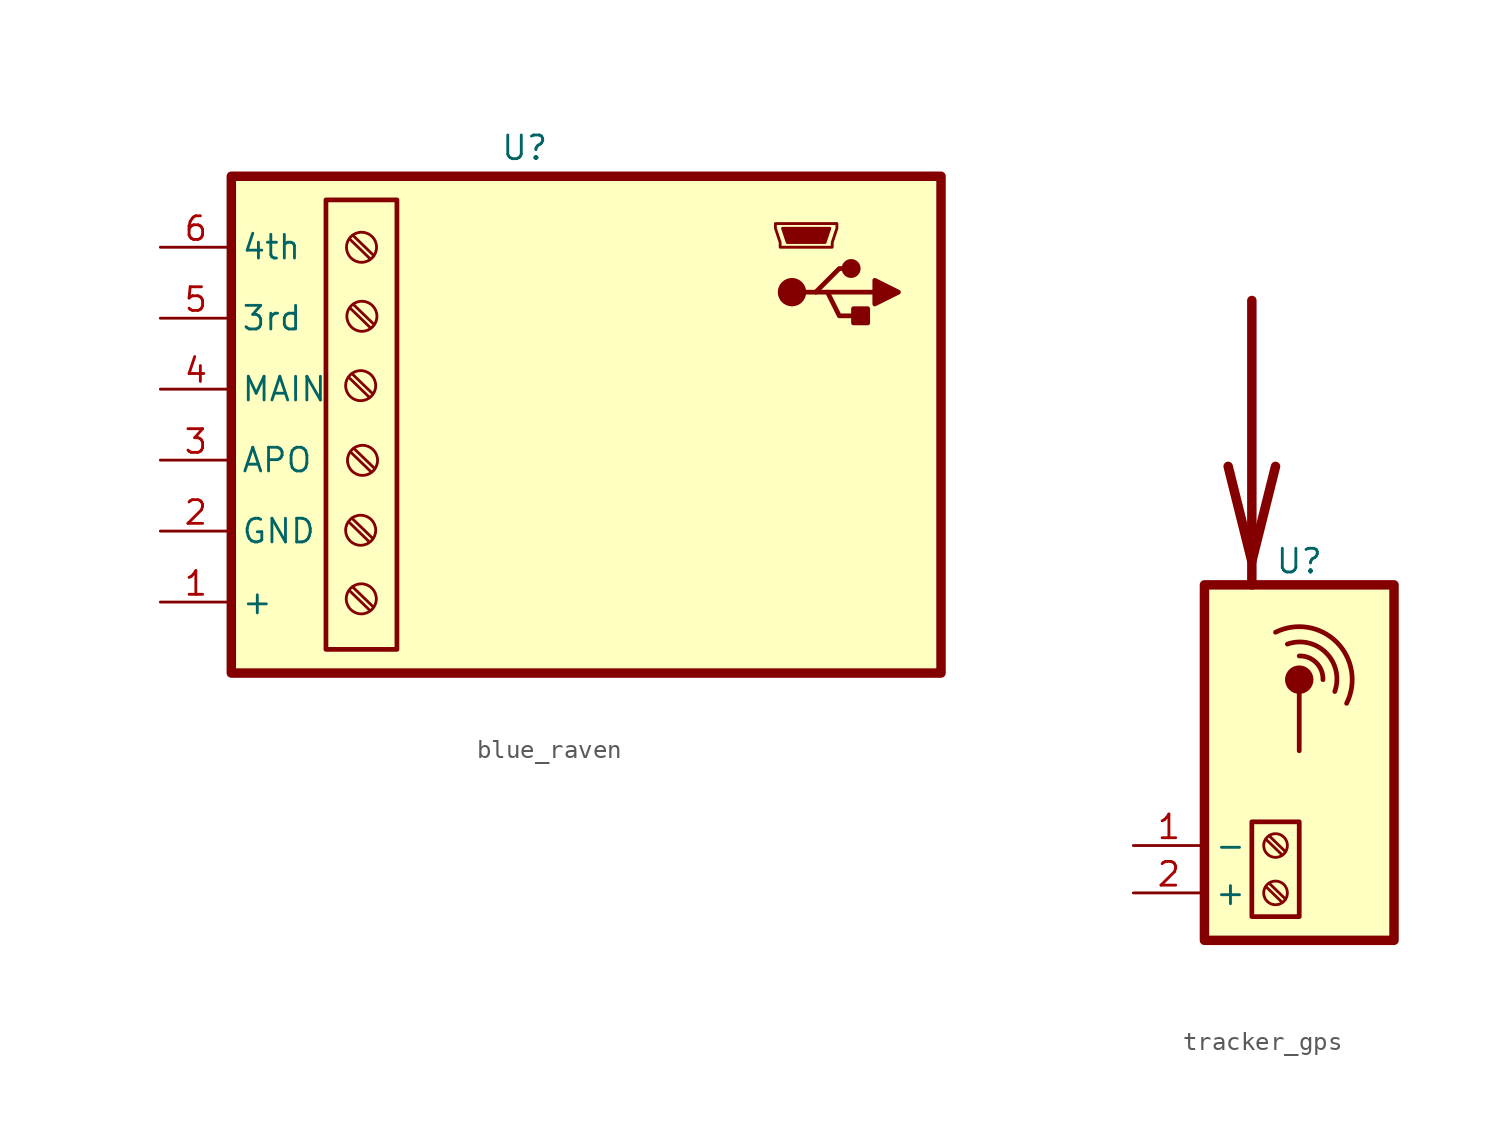
<source format=kicad_sym>
(kicad_symbol_lib
  (version 20231120)
  (generator "kicad_symbol_editor")
  (generator_version "8.0")
  (symbol "blue_raven"
    (property "Reference" "U"
      (at -2.032 15.494 0)
      (effects (font (size 1.27 1.27))))
    (property "Value" ""
      (at -21.604 -1.781 90)
      (effects (font (size 1.27 1.27))))
    (symbol "blue_raven_0_1"
      (polyline (pts (xy 14.224 7.747) (xy 16.764 7.747)) (stroke (width 0.254) (type default)) (fill (type none)))
      (polyline (pts (xy 12.954 7.747) (xy 13.589 7.747) (xy 14.859 9.017) (xy 15.494 9.017)) (stroke (width 0.254) (type default)) (fill (type none)))
      (polyline (pts (xy 13.589 7.747) (xy 14.224 7.747) (xy 14.859 6.477) (xy 16.129 6.477)) (stroke (width 0.254) (type default)) (fill (type none)))
      (polyline (pts (xy 16.764 8.382) (xy 16.764 7.112) (xy 18.034 7.747) (xy 16.764 8.382)) (stroke (width 0.254) (type default)) (fill (type outline)))
      (polyline (pts (xy 11.811 11.176) (xy 14.351 11.176) (xy 14.097 10.414) (xy 12.065 10.414) (xy 11.811 11.176)) (stroke (width 0) (type default)) (fill (type outline)))
      (polyline (pts (xy 11.43 11.43) (xy 11.43 11.176) (xy 11.684 10.414) (xy 11.684 10.16) (xy 14.478 10.16) (xy 14.478 10.414) (xy 14.732 11.176) (xy 14.732 11.43) (xy 11.43 11.43)) (stroke (width 0) (type default)) (fill (type none)))
      (circle (center 12.319 7.747) (radius 0.635) (stroke (width 0.254) (type default)) (fill (type outline)))
      (circle (center 15.494 9.017) (radius 0.381) (stroke (width 0.254) (type default)) (fill (type outline)))
      (rectangle (start 16.383 6.858) (end 15.621 6.096) (stroke (width 0.254) (type default)) (fill (type outline))))
    (symbol "blue_raven_1_1"
      (rectangle (start -17.78 13.97) (end 20.32 -12.7) (stroke (width 0.508) (type default)) (fill (type background)))
      (rectangle (start -12.7 12.7) (end -8.89 -11.43) (stroke (width 0.254) (type default)) (fill (type background)))
      (circle (center -10.836 -5.035) (radius 0.807) (stroke (width 0.152) (type default)) (fill (type none)))
      (circle (center -10.836 2.728) (radius 0.807) (stroke (width 0.152) (type default)) (fill (type none)))
      (circle (center -10.803 -8.717) (radius 0.807) (stroke (width 0.152) (type default)) (fill (type none)))
      (circle (center -10.79 10.157) (radius 0.807) (stroke (width 0.152) (type default)) (fill (type none)))
      (circle (center -10.77 6.452) (radius 0.807) (stroke (width 0.152) (type default)) (fill (type none)))
      (circle (center -10.736 -1.282) (radius 0.807) (stroke (width 0.152) (type default)) (fill (type none)))
      (polyline (pts (xy -10.37 -5.66) (xy -11.465 -4.599)) (stroke (width 0.152) (type default)) (fill (type none)))
      (polyline (pts (xy -10.37 2.103) (xy -11.465 3.163)) (stroke (width 0.152) (type default)) (fill (type none)))
      (polyline (pts (xy -10.337 -9.342) (xy -11.432 -8.282)) (stroke (width 0.152) (type default)) (fill (type none)))
      (polyline (pts (xy -10.324 9.532) (xy -11.419 10.592)) (stroke (width 0.152) (type default)) (fill (type none)))
      (polyline (pts (xy -10.304 5.828) (xy -11.399 6.888)) (stroke (width 0.152) (type default)) (fill (type none)))
      (polyline (pts (xy -10.27 -1.907) (xy -11.365 -0.847)) (stroke (width 0.152) (type default)) (fill (type none)))
      (polyline (pts (xy -10.21 -5.45) (xy -11.305 -4.39)) (stroke (width 0.152) (type default)) (fill (type none)))
      (polyline (pts (xy -10.21 2.313) (xy -11.305 3.373)) (stroke (width 0.152) (type default)) (fill (type none)))
      (polyline (pts (xy -10.177 -9.132) (xy -11.272 -8.072)) (stroke (width 0.152) (type default)) (fill (type none)))
      (polyline (pts (xy -10.163 9.742) (xy -11.258 10.802)) (stroke (width 0.152) (type default)) (fill (type none)))
      (polyline (pts (xy -10.144 6.037) (xy -11.239 7.098)) (stroke (width 0.152) (type default)) (fill (type none)))
      (polyline (pts (xy -10.11 -1.697) (xy -11.205 -0.637)) (stroke (width 0.152) (type default)) (fill (type none)))
      (pin power_in line (at -21.59 -8.89 0) (length 3.81) (name "+" (effects (font (size 1.27 1.27)))) (number "1" (effects (font (size 1.27 1.27)))))
      (pin power_in line (at -21.59 -5.08 0) (length 3.81) (name "GND" (effects (font (size 1.27 1.27)))) (number "2" (effects (font (size 1.27 1.27)))))
      (pin power_in line (at -21.59 -1.27 0) (length 3.81) (name "APO" (effects (font (size 1.27 1.27)))) (number "3" (effects (font (size 1.27 1.27)))))
      (pin power_in line (at -21.59 2.54 0) (length 3.81) (name "MAIN" (effects (font (size 1.27 1.27)))) (number "4" (effects (font (size 1.27 1.27)))))
      (pin power_in line (at -21.59 6.35 0) (length 3.81) (name "3rd" (effects (font (size 1.27 1.27)))) (number "5" (effects (font (size 1.27 1.27)))))
      (pin power_in line (at -21.59 10.16 0) (length 3.81) (name "4th" (effects (font (size 1.27 1.27)))) (number "6" (effects (font (size 1.27 1.27)))))))
  (symbol "tracker_gps"
    (property "Reference" "U"
      (at 0 13.97 0)
      (effects (font (size 1.27 1.27))))
    (property "Value" ""
      (at 0 35.56 0)
      (effects (font (size 1.27 1.27))))
    (symbol "tracker_gps_0_1"
      (polyline (pts (xy 0.0001 6.985) (xy 0.0001 3.81)) (stroke (width 0.254) (type default)) (fill (type none)))
      (circle (center 0.0001 7.62) (radius 0.635) (stroke (width 0.254) (type default)) (fill (type outline)))
      (arc (start 1.2701 7.6201) (mid 0.9109 8.5309) (end 0.0001 8.8901) (stroke (width 0.254) (type default)) (fill (type none)))
      (arc (start 1.9051 6.9851) (mid 1.4386 9.0586) (end -0.6349 9.5251) (stroke (width 0.254) (type default)) (fill (type none)))
      (arc (start 2.5401 6.3501) (mid 2.0081 9.6281) (end -1.2699 10.1601) (stroke (width 0.254) (type default)) (fill (type none))))
    (symbol "tracker_gps_1_1"
      (rectangle (start -5.08 12.7) (end 5.08 -6.35) (stroke (width 0.508) (type default)) (fill (type background)))
      (circle (center -1.27 -3.81) (radius 0.635) (stroke (width 0.152) (type default)) (fill (type none)))
      (circle (center -1.27 -1.27) (radius 0.635) (stroke (width 0.152) (type default)) (fill (type none)))
      (rectangle (start 0 -5.08) (end -2.54 0) (stroke (width 0.254) (type default)) (fill (type background)))
      (polyline (pts (xy -2.54 27.94) (xy -2.54 12.7)) (stroke (width 0.508) (type default)) (fill (type none)))
      (polyline (pts (xy -0.914 -4.318) (xy -1.778 -3.48)) (stroke (width 0.152) (type default)) (fill (type none)))
      (polyline (pts (xy -0.914 -1.778) (xy -1.778 -0.94)) (stroke (width 0.152) (type default)) (fill (type none)))
      (polyline (pts (xy -0.737 -4.14) (xy -1.6 -3.302)) (stroke (width 0.152) (type default)) (fill (type none)))
      (polyline (pts (xy -0.737 -1.6) (xy -1.6 -0.762)) (stroke (width 0.152) (type default)) (fill (type none)))
      (polyline (pts (xy -1.27 19.05) (xy -2.54 13.97) (xy -3.81 19.05)) (stroke (width 0.508) (type default)) (fill (type none)))
      (pin power_in line (at -8.89 -1.27 0) (length 3.81) (name "-" (effects (font (size 1.27 1.27)))) (number "1" (effects (font (size 1.27 1.27)))))
      (pin power_in line (at -8.89 -3.81 0) (length 3.81) (name "+" (effects (font (size 1.27 1.27)))) (number "2" (effects (font (size 1.27 1.27))))))))
</source>
